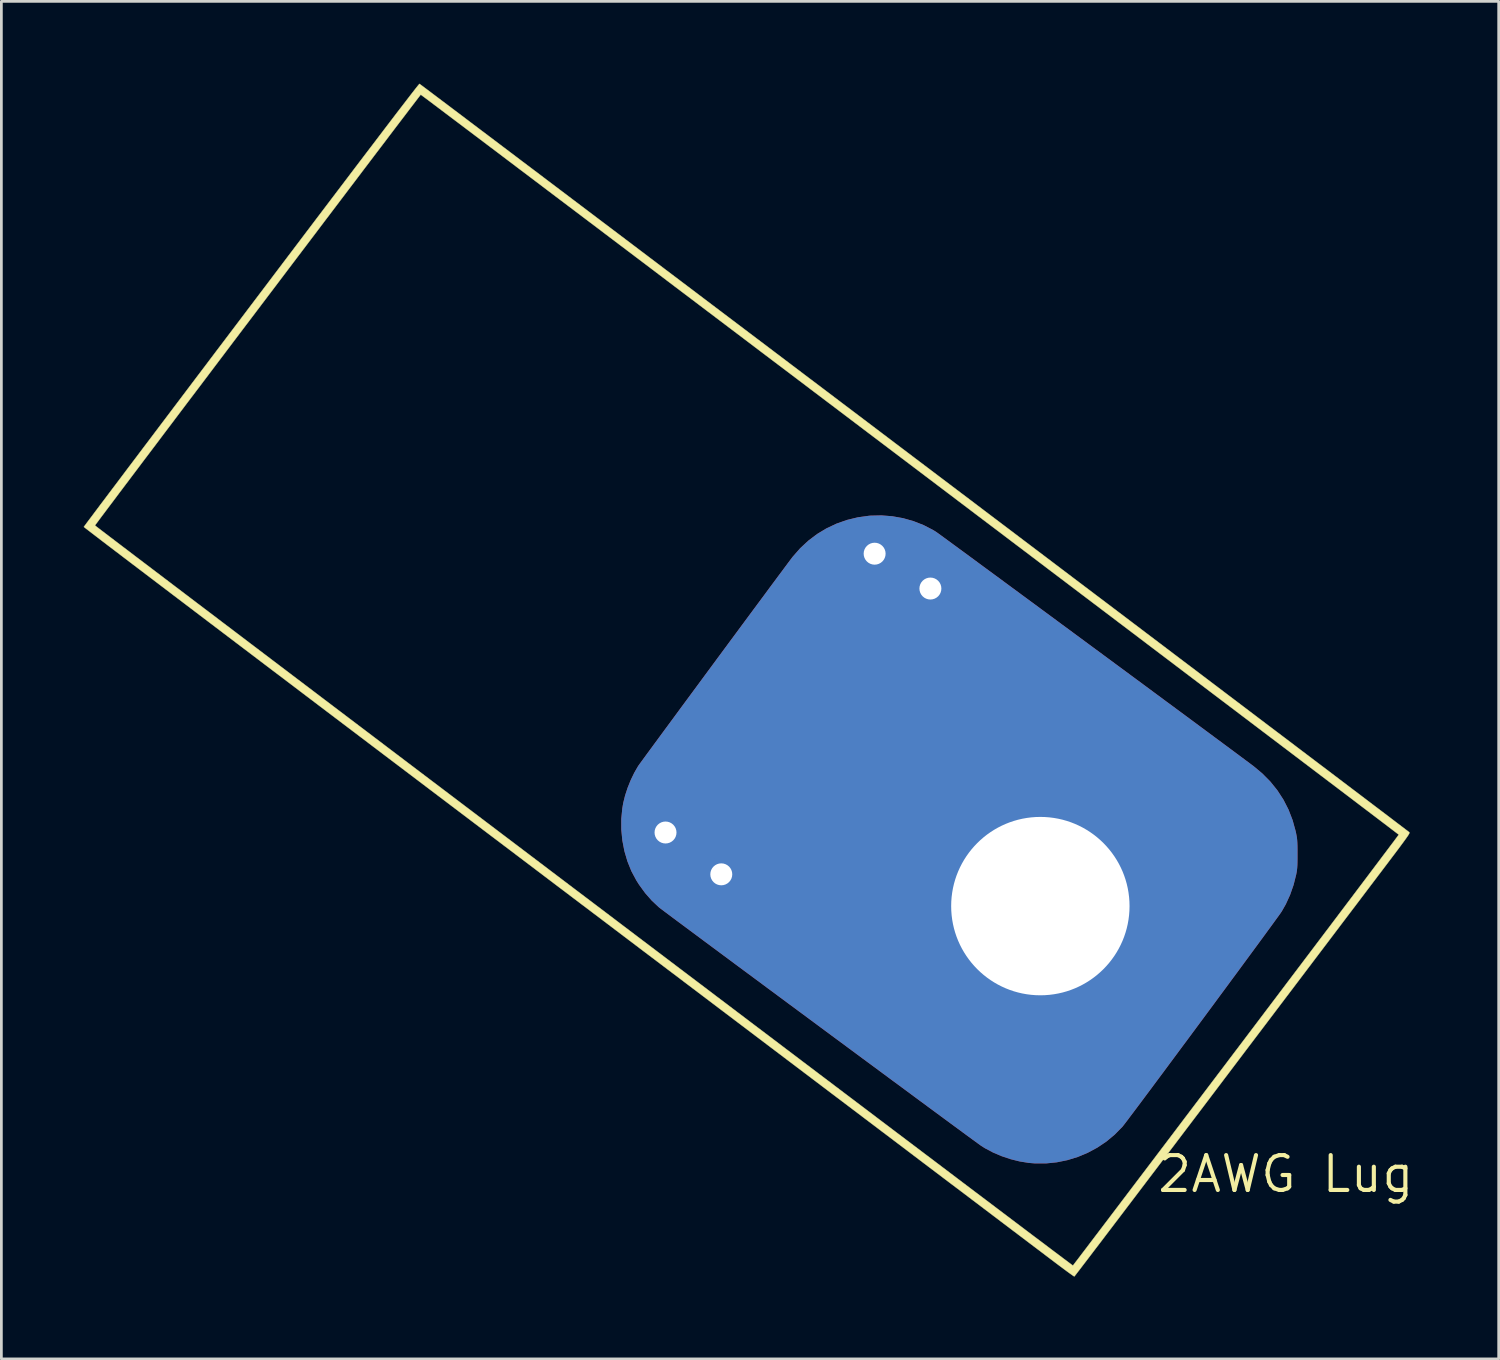
<source format=kicad_pcb>
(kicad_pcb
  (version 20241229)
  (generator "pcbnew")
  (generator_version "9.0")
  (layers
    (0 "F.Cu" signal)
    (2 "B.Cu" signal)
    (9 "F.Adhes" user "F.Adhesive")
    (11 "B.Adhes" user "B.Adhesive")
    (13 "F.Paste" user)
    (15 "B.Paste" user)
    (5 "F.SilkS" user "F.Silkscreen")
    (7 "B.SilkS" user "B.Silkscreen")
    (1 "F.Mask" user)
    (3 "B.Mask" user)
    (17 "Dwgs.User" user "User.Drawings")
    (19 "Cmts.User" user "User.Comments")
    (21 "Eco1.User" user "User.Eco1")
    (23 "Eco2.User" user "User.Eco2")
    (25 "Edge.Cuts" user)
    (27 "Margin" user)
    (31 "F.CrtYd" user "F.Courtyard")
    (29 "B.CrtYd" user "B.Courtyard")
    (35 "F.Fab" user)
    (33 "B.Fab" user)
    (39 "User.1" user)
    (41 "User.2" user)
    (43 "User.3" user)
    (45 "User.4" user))
  (footprint "2AWG Lug"
    (layer "F.Cu")
    (at 35.934 29.827)
    (property "Reference" "2AWG Lug" (at 7.874 9.906 0) (layer "F.SilkS") (effects (font (size 1.27 1.27) (thickness 0.15))))
    (attr through_hole)
    (fp_poly (pts (xy -6.468 -14.06) (xy -6.077 -13.99) (xy -5.696 -13.882) (xy -5.329 -13.738) (xy -4.981 -13.558) (xy -4.882 -13.497) (xy -4.854 -13.478) (xy -4.794 -13.435) (xy -4.703 -13.369) (xy -4.583 -13.281) (xy -4.434 -13.172) (xy -4.26 -13.044) (xy -4.06 -12.898) (xy -3.837 -12.734) (xy -3.593 -12.554) (xy -3.328 -12.359) (xy -3.044 -12.151) (xy -2.743 -11.929) (xy -2.427 -11.696) (xy -2.097 -11.453) (xy -1.754 -11.2) (xy -1.4 -10.939) (xy -1.036 -10.671) (xy -0.665 -10.397) (xy -0.287 -10.118) (xy 0.096 -9.836) (xy 0.482 -9.551) (xy 0.87 -9.265) (xy 1.259 -8.978) (xy 1.646 -8.692) (xy 2.03 -8.409) (xy 2.41 -8.128) (xy 2.784 -7.852) (xy 3.15 -7.581) (xy 3.508 -7.316) (xy 3.855 -7.06) (xy 4.191 -6.812) (xy 4.513 -6.574) (xy 4.819 -6.347) (xy 5.109 -6.132) (xy 5.381 -5.93) (xy 5.634 -5.743) (xy 5.865 -5.572) (xy 6.073 -5.417) (xy 6.258 -5.28) (xy 6.416 -5.162) (xy 6.547 -5.065) (xy 6.649 -4.988) (xy 6.685 -4.962) (xy 7.011 -4.69) (xy 7.303 -4.395) (xy 7.56 -4.076) (xy 7.782 -3.735) (xy 7.967 -3.372) (xy 8.115 -2.989) (xy 8.226 -2.587) (xy 8.244 -2.502) (xy 8.26 -2.418) (xy 8.273 -2.341) (xy 8.281 -2.262) (xy 8.287 -2.174) (xy 8.291 -2.069) (xy 8.293 -1.938) (xy 8.293 -1.773) (xy 8.293 -1.753) (xy 8.293 -1.584) (xy 8.291 -1.449) (xy 8.288 -1.341) (xy 8.282 -1.252) (xy 8.274 -1.173) (xy 8.262 -1.096) (xy 8.246 -1.013) (xy 8.244 -1.003) (xy 8.15 -0.63) (xy 8.023 -0.267) (xy 7.866 0.075) (xy 7.719 0.334) (xy 7.692 0.374) (xy 7.641 0.447) (xy 7.567 0.549) (xy 7.473 0.679) (xy 7.359 0.836) (xy 7.227 1.016) (xy 7.079 1.219) (xy 6.915 1.443) (xy 6.737 1.685) (xy 6.547 1.943) (xy 6.346 2.216) (xy 6.136 2.502) (xy 5.917 2.798) (xy 5.692 3.104) (xy 5.461 3.416) (xy 5.227 3.734) (xy 4.99 4.054) (xy 4.752 4.376) (xy 4.514 4.697) (xy 4.278 5.015) (xy 4.045 5.329) (xy 3.817 5.637) (xy 3.595 5.936) (xy 3.381 6.225) (xy 3.175 6.501) (xy 2.98 6.763) (xy 2.796 7.01) (xy 2.626 7.238) (xy 2.47 7.447) (xy 2.33 7.633) (xy 2.207 7.796) (xy 2.104 7.934) (xy 2.02 8.043) (xy 1.958 8.124) (xy 1.92 8.173) (xy 1.911 8.183) (xy 1.633 8.466) (xy 1.329 8.719) (xy 1.001 8.939) (xy 0.653 9.126) (xy 0.288 9.279) (xy -0.089 9.395) (xy -0.476 9.474) (xy -0.869 9.514) (xy -1.264 9.514) (xy -1.496 9.495) (xy -1.825 9.442) (xy -2.158 9.359) (xy -2.487 9.248) (xy -2.8 9.115) (xy -3.088 8.962) (xy -3.221 8.878) (xy -3.257 8.853) (xy -3.325 8.804) (xy -3.424 8.732) (xy -3.551 8.639) (xy -3.707 8.525) (xy -3.888 8.391) (xy -4.094 8.24) (xy -4.324 8.071) (xy -4.574 7.886) (xy -4.845 7.687) (xy -5.134 7.474) (xy -5.44 7.248) (xy -5.761 7.011) (xy -6.096 6.763) (xy -6.444 6.506) (xy -6.802 6.242) (xy -7.169 5.97) (xy -7.545 5.693) (xy -7.926 5.411) (xy -8.312 5.125) (xy -8.701 4.837) (xy -9.091 4.548) (xy -9.482 4.259) (xy -9.871 3.971) (xy -10.257 3.685) (xy -10.638 3.403) (xy -11.014 3.125) (xy -11.381 2.852) (xy -11.74 2.587) (xy -12.088 2.329) (xy -12.423 2.08) (xy -12.745 1.841) (xy -13.051 1.614) (xy -13.341 1.399) (xy -13.612 1.197) (xy -13.863 1.01) (xy -14.093 0.84) (xy -14.3 0.686) (xy -14.482 0.55) (xy -14.638 0.433) (xy -14.767 0.337) (xy -14.866 0.262) (xy -14.935 0.21) (xy -14.972 0.181) (xy -14.975 0.178) (xy -15.231 -0.062) (xy -15.473 -0.338) (xy -15.694 -0.642) (xy -15.794 -0.8) (xy -15.973 -1.135) (xy -16.117 -1.492) (xy -16.227 -1.866) (xy -16.301 -2.251) (xy -16.339 -2.642) (xy -16.34 -3.034) (xy -16.302 -3.422) (xy -16.269 -3.615) (xy -16.201 -3.889) (xy -16.108 -4.172) (xy -15.995 -4.452) (xy -15.867 -4.717) (xy -15.73 -4.954) (xy -15.72 -4.969) (xy -15.698 -5) (xy -15.653 -5.063) (xy -15.585 -5.157) (xy -15.496 -5.279) (xy -15.387 -5.427) (xy -15.26 -5.6) (xy -15.117 -5.795) (xy -14.958 -6.01) (xy -14.786 -6.245) (xy -14.601 -6.496) (xy -14.405 -6.761) (xy -14.2 -7.04) (xy -13.986 -7.33) (xy -13.766 -7.628) (xy -13.54 -7.934) (xy -13.311 -8.245) (xy -13.079 -8.56) (xy -12.846 -8.875) (xy -12.613 -9.19) (xy -12.382 -9.503) (xy -12.154 -9.811) (xy -11.931 -10.113) (xy -11.714 -10.406) (xy -11.504 -10.69) (xy -11.303 -10.961) (xy -11.113 -11.218) (xy -10.934 -11.46) (xy -10.768 -11.683) (xy -10.617 -11.887) (xy -10.481 -12.069) (xy -10.364 -12.227) (xy -10.265 -12.36) (xy -10.186 -12.465) (xy -10.129 -12.541) (xy -10.094 -12.586) (xy -10.091 -12.59) (xy -9.821 -12.897) (xy -9.525 -13.172) (xy -9.205 -13.414) (xy -8.863 -13.62) (xy -8.5 -13.791) (xy -8.12 -13.925) (xy -7.724 -14.021) (xy -7.314 -14.078) (xy -7.258 -14.083) (xy -6.863 -14.092) (xy -6.468 -14.06)) (stroke (width 0.01) (type solid)) (fill yes) (layer "F.Mask"))
    (fp_poly (pts (xy -0.745 -6.783) (xy -0.222 -6.73) (xy 0.295 -6.638) (xy 0.804 -6.508) (xy 1.304 -6.339) (xy 1.792 -6.133) (xy 2.265 -5.889) (xy 2.721 -5.608) (xy 3.159 -5.29) (xy 3.192 -5.264) (xy 3.318 -5.158) (xy 3.463 -5.028) (xy 3.618 -4.881) (xy 3.777 -4.725) (xy 3.931 -4.567) (xy 4.073 -4.416) (xy 4.195 -4.279) (xy 4.256 -4.205) (xy 4.583 -3.765) (xy 4.872 -3.306) (xy 5.124 -2.831) (xy 5.338 -2.341) (xy 5.513 -1.838) (xy 5.648 -1.325) (xy 5.745 -0.803) (xy 5.801 -0.274) (xy 5.817 0.259) (xy 5.793 0.795) (xy 5.728 1.332) (xy 5.621 1.867) (xy 5.549 2.142) (xy 5.387 2.644) (xy 5.186 3.129) (xy 4.95 3.596) (xy 4.681 4.042) (xy 4.379 4.466) (xy 4.048 4.866) (xy 3.688 5.241) (xy 3.302 5.588) (xy 2.892 5.906) (xy 2.459 6.194) (xy 2.006 6.45) (xy 1.534 6.671) (xy 1.045 6.857) (xy 0.542 7.005) (xy 0.025 7.114) (xy 0.017 7.116) (xy -0.292 7.162) (xy -0.588 7.194) (xy -0.885 7.212) (xy -1.195 7.217) (xy -1.531 7.209) (xy -1.56 7.208) (xy -2.048 7.169) (xy -2.543 7.091) (xy -3.037 6.977) (xy -3.521 6.828) (xy -3.759 6.741) (xy -3.899 6.682) (xy -4.065 6.606) (xy -4.246 6.519) (xy -4.432 6.425) (xy -4.612 6.33) (xy -4.776 6.24) (xy -4.913 6.158) (xy -4.922 6.153) (xy -5.364 5.851) (xy -5.78 5.517) (xy -6.168 5.153) (xy -6.527 4.761) (xy -6.856 4.344) (xy -7.151 3.903) (xy -7.414 3.442) (xy -7.641 2.961) (xy -7.831 2.464) (xy -7.983 1.952) (xy -8.087 1.475) (xy -8.124 1.261) (xy -8.151 1.065) (xy -8.171 0.875) (xy -8.184 0.679) (xy -8.191 0.465) (xy -8.193 0.223) (xy -8.193 0.195) (xy -8.19 -0.089) (xy -8.178 -0.343) (xy -8.158 -0.581) (xy -8.128 -0.815) (xy -8.088 -1.057) (xy -8.068 -1.16) (xy -7.942 -1.683) (xy -7.778 -2.191) (xy -7.577 -2.683) (xy -7.34 -3.156) (xy -7.069 -3.609) (xy -6.766 -4.039) (xy -6.431 -4.446) (xy -6.067 -4.826) (xy -5.675 -5.179) (xy -5.257 -5.502) (xy -4.813 -5.794) (xy -4.347 -6.052) (xy -3.865 -6.272) (xy -3.358 -6.458) (xy -2.843 -6.603) (xy -2.322 -6.708) (xy -1.797 -6.773) (xy -1.27 -6.798) (xy -0.745 -6.783)) (stroke (width 0.01) (type solid)) (fill yes) (layer "B.Cu"))
    (fp_poly (pts (xy -0.745 -6.783) (xy -0.222 -6.73) (xy 0.295 -6.638) (xy 0.804 -6.508) (xy 1.304 -6.339) (xy 1.792 -6.133) (xy 2.265 -5.889) (xy 2.721 -5.608) (xy 3.159 -5.29) (xy 3.192 -5.264) (xy 3.318 -5.158) (xy 3.463 -5.028) (xy 3.618 -4.881) (xy 3.777 -4.725) (xy 3.931 -4.567) (xy 4.073 -4.416) (xy 4.195 -4.279) (xy 4.256 -4.205) (xy 4.583 -3.765) (xy 4.872 -3.306) (xy 5.124 -2.831) (xy 5.338 -2.341) (xy 5.513 -1.838) (xy 5.648 -1.325) (xy 5.745 -0.803) (xy 5.801 -0.274) (xy 5.817 0.259) (xy 5.793 0.795) (xy 5.728 1.332) (xy 5.621 1.867) (xy 5.549 2.142) (xy 5.387 2.644) (xy 5.186 3.129) (xy 4.95 3.596) (xy 4.681 4.042) (xy 4.379 4.466) (xy 4.048 4.866) (xy 3.688 5.241) (xy 3.302 5.588) (xy 2.892 5.906) (xy 2.459 6.194) (xy 2.006 6.45) (xy 1.534 6.671) (xy 1.045 6.857) (xy 0.542 7.005) (xy 0.025 7.114) (xy 0.017 7.116) (xy -0.292 7.162) (xy -0.588 7.194) (xy -0.885 7.212) (xy -1.195 7.217) (xy -1.531 7.209) (xy -1.56 7.208) (xy -2.048 7.169) (xy -2.543 7.091) (xy -3.037 6.977) (xy -3.521 6.828) (xy -3.759 6.741) (xy -3.899 6.682) (xy -4.065 6.606) (xy -4.246 6.519) (xy -4.432 6.425) (xy -4.612 6.33) (xy -4.776 6.24) (xy -4.913 6.158) (xy -4.922 6.153) (xy -5.364 5.851) (xy -5.78 5.517) (xy -6.168 5.153) (xy -6.527 4.761) (xy -6.856 4.344) (xy -7.151 3.903) (xy -7.414 3.442) (xy -7.641 2.961) (xy -7.831 2.464) (xy -7.983 1.952) (xy -8.087 1.475) (xy -8.124 1.261) (xy -8.151 1.065) (xy -8.171 0.875) (xy -8.184 0.679) (xy -8.191 0.465) (xy -8.193 0.223) (xy -8.193 0.195) (xy -8.19 -0.089) (xy -8.178 -0.343) (xy -8.158 -0.581) (xy -8.128 -0.815) (xy -8.088 -1.057) (xy -8.068 -1.16) (xy -7.942 -1.683) (xy -7.778 -2.191) (xy -7.577 -2.683) (xy -7.34 -3.156) (xy -7.069 -3.609) (xy -6.766 -4.039) (xy -6.431 -4.446) (xy -6.067 -4.826) (xy -5.675 -5.179) (xy -5.257 -5.502) (xy -4.813 -5.794) (xy -4.347 -6.052) (xy -3.865 -6.272) (xy -3.358 -6.458) (xy -2.843 -6.603) (xy -2.322 -6.708) (xy -1.797 -6.773) (xy -1.27 -6.798) (xy -0.745 -6.783)) (stroke (width 0.01) (type solid)) (fill yes) (layer "B.Mask"))
    (fp_poly (pts (xy -23.68 -29.809) (xy -23.629 -29.771) (xy -23.546 -29.709) (xy -23.432 -29.623) (xy -23.288 -29.515) (xy -23.114 -29.384) (xy -22.911 -29.231) (xy -22.68 -29.057) (xy -22.423 -28.863) (xy -22.139 -28.649) (xy -21.83 -28.415) (xy -21.497 -28.164) (xy -21.139 -27.894) (xy -20.759 -27.607) (xy -20.358 -27.304) (xy -19.935 -26.984) (xy -19.491 -26.65) (xy -19.029 -26.3) (xy -18.548 -25.937) (xy -18.049 -25.56) (xy -17.533 -25.17) (xy -17.001 -24.768) (xy -16.454 -24.355) (xy -15.893 -23.931) (xy -15.318 -23.496) (xy -14.731 -23.052) (xy -14.131 -22.599) (xy -13.521 -22.138) (xy -12.901 -21.669) (xy -12.271 -21.193) (xy -11.633 -20.711) (xy -10.987 -20.223) (xy -10.335 -19.73) (xy -9.677 -19.232) (xy -9.013 -18.731) (xy -8.346 -18.226) (xy -7.675 -17.719) (xy -7.002 -17.21) (xy -6.327 -16.699) (xy -5.651 -16.188) (xy -4.975 -15.677) (xy -4.3 -15.167) (xy -3.626 -14.658) (xy -2.956 -14.15) (xy -2.288 -13.646) (xy -1.625 -13.144) (xy -0.967 -12.647) (xy -0.315 -12.153) (xy 0.33 -11.665) (xy 0.968 -11.183) (xy 1.598 -10.707) (xy 2.218 -10.238) (xy 2.827 -9.777) (xy 3.426 -9.324) (xy 4.013 -8.879) (xy 4.588 -8.445) (xy 5.148 -8.021) (xy 5.695 -7.607) (xy 6.226 -7.205) (xy 6.741 -6.815) (xy 7.239 -6.438) (xy 7.72 -6.075) (xy 8.182 -5.725) (xy 8.624 -5.39) (xy 9.047 -5.07) (xy 9.448 -4.767) (xy 9.827 -4.48) (xy 10.183 -4.21) (xy 10.516 -3.958) (xy 10.824 -3.724) (xy 11.107 -3.51) (xy 11.363 -3.316) (xy 11.593 -3.142) (xy 11.794 -2.989) (xy 11.967 -2.857) (xy 12.111 -2.748) (xy 12.224 -2.662) (xy 12.306 -2.6) (xy 12.355 -2.562) (xy 12.372 -2.549) (xy 12.377 -2.541) (xy 12.377 -2.529) (xy 12.372 -2.511) (xy 12.359 -2.484) (xy 12.337 -2.447) (xy 12.304 -2.397) (xy 12.259 -2.333) (xy 12.2 -2.251) (xy 12.126 -2.15) (xy 12.036 -2.028) (xy 11.927 -1.882) (xy 11.798 -1.711) (xy 11.647 -1.511) (xy 11.474 -1.282) (xy 11.335 -1.098) (xy 11.243 -0.978) (xy 11.128 -0.825) (xy 10.989 -0.642) (xy 10.828 -0.429) (xy 10.646 -0.188) (xy 10.444 0.079) (xy 10.223 0.37) (xy 9.984 0.686) (xy 9.729 1.023) (xy 9.459 1.38) (xy 9.174 1.756) (xy 8.876 2.15) (xy 8.566 2.56) (xy 8.245 2.984) (xy 7.914 3.421) (xy 7.574 3.87) (xy 7.227 4.329) (xy 6.873 4.796) (xy 6.514 5.27) (xy 6.151 5.75) (xy 5.785 6.234) (xy 5.417 6.721) (xy 5.224 6.976) (xy 4.867 7.448) (xy 4.516 7.911) (xy 4.172 8.365) (xy 3.837 8.808) (xy 3.51 9.239) (xy 3.194 9.657) (xy 2.888 10.06) (xy 2.594 10.448) (xy 2.312 10.82) (xy 2.044 11.173) (xy 1.79 11.508) (xy 1.551 11.823) (xy 1.328 12.116) (xy 1.122 12.388) (xy 0.933 12.635) (xy 0.763 12.859) (xy 0.613 13.056) (xy 0.482 13.227) (xy 0.373 13.37) (xy 0.286 13.483) (xy 0.222 13.567) (xy 0.181 13.619) (xy 0.165 13.638) (xy 0.165 13.638) (xy 0.144 13.627) (xy 0.093 13.593) (xy 0.016 13.538) (xy -0.084 13.466) (xy -0.203 13.378) (xy -0.337 13.278) (xy -0.484 13.168) (xy -0.554 13.115) (xy -0.602 13.078) (xy -0.683 13.017) (xy -0.796 12.932) (xy -0.941 12.822) (xy -1.116 12.689) (xy -1.322 12.534) (xy -1.557 12.356) (xy -1.82 12.157) (xy -2.111 11.937) (xy -2.43 11.696) (xy -2.774 11.435) (xy -3.144 11.155) (xy -3.539 10.856) (xy -3.958 10.539) (xy -4.401 10.205) (xy -4.866 9.853) (xy -5.353 9.485) (xy -5.861 9.1) (xy -6.389 8.7) (xy -6.937 8.286) (xy -7.504 7.857) (xy -8.089 7.414) (xy -8.692 6.959) (xy -9.311 6.49) (xy -9.946 6.01) (xy -10.596 5.518) (xy -11.261 5.015) (xy -11.939 4.502) (xy -12.631 3.979) (xy -13.334 3.447) (xy -14.049 2.906) (xy -14.775 2.357) (xy -15.511 1.801) (xy -16.256 1.237) (xy -17.009 0.667) (xy -17.77 0.092) (xy -18.538 -0.489) (xy -18.594 -0.531) (xy -19.403 -1.144) (xy -20.201 -1.748) (xy -20.987 -2.342) (xy -21.76 -2.927) (xy -22.519 -3.501) (xy -23.264 -4.065) (xy -23.994 -4.618) (xy -24.709 -5.159) (xy -25.408 -5.688) (xy -26.09 -6.205) (xy -26.755 -6.708) (xy -27.402 -7.198) (xy -28.03 -7.674) (xy -28.639 -8.136) (xy -29.229 -8.582) (xy -29.798 -9.014) (xy -30.346 -9.429) (xy -30.872 -9.828) (xy -31.376 -10.21) (xy -31.857 -10.575) (xy -32.314 -10.922) (xy -32.748 -11.251) (xy -33.156 -11.561) (xy -33.539 -11.852) (xy -33.896 -12.123) (xy -34.227 -12.374) (xy -34.53 -12.605) (xy -34.805 -12.814) (xy -35.052 -13.002) (xy -35.269 -13.168) (xy -35.457 -13.312) (xy -35.614 -13.432) (xy -35.74 -13.529) (xy -35.835 -13.602) (xy -35.897 -13.651) (xy -35.927 -13.674) (xy -35.929 -13.677) (xy -35.916 -13.695) (xy -35.891 -13.729) (xy -35.522 -13.729) (xy -35.505 -13.716) (xy -35.455 -13.677) (xy -35.374 -13.614) (xy -35.261 -13.528) (xy -35.117 -13.418) (xy -34.945 -13.287) (xy -34.743 -13.133) (xy -34.514 -12.959) (xy -34.257 -12.764) (xy -33.975 -12.549) (xy -33.667 -12.316) (xy -33.335 -12.064) (xy -32.979 -11.794) (xy -32.601 -11.507) (xy -32.2 -11.203) (xy -31.779 -10.883) (xy -31.337 -10.549) (xy -30.876 -10.199) (xy -30.397 -9.836) (xy -29.9 -9.459) (xy -29.386 -9.07) (xy -28.856 -8.668) (xy -28.311 -8.255) (xy -27.752 -7.832) (xy -27.18 -7.398) (xy -26.595 -6.955) (xy -25.998 -6.503) (xy -25.39 -6.043) (xy -24.773 -5.575) (xy -24.146 -5.1) (xy -23.511 -4.619) (xy -22.868 -4.133) (xy -22.219 -3.641) (xy -21.564 -3.146) (xy -20.904 -2.646) (xy -20.24 -2.144) (xy -19.573 -1.639) (xy -18.904 -1.132) (xy -18.233 -0.624) (xy -17.561 -0.116) (xy -16.889 0.392) (xy -16.219 0.9) (xy -15.55 1.406) (xy -14.885 1.909) (xy -14.222 2.411) (xy -13.564 2.908) (xy -12.912 3.402) (xy -12.265 3.891) (xy -11.626 4.375) (xy -10.994 4.852) (xy -10.371 5.324) (xy -9.758 5.788) (xy -9.155 6.244) (xy -8.563 6.691) (xy -7.983 7.13) (xy -7.416 7.558) (xy -6.863 7.977) (xy -6.324 8.384) (xy -5.801 8.779) (xy -5.294 9.162) (xy -4.804 9.532) (xy -4.333 9.888) (xy -3.88 10.231) (xy -3.447 10.558) (xy -3.034 10.869) (xy -2.643 11.165) (xy -2.274 11.443) (xy -1.929 11.704) (xy -1.607 11.947) (xy -1.31 12.171) (xy -1.038 12.375) (xy -0.793 12.56) (xy -0.576 12.724) (xy -0.386 12.866) (xy -0.226 12.987) (xy -0.095 13.084) (xy 0.004 13.159) (xy 0.073 13.21) (xy 0.108 13.236) (xy 0.114 13.239) (xy 0.128 13.222) (xy 0.166 13.172) (xy 0.228 13.091) (xy 0.314 12.979) (xy 0.421 12.837) (xy 0.551 12.667) (xy 0.701 12.469) (xy 0.871 12.245) (xy 1.06 11.996) (xy 1.268 11.722) (xy 1.493 11.425) (xy 1.735 11.106) (xy 1.993 10.765) (xy 2.266 10.405) (xy 2.554 10.025) (xy 2.855 9.628) (xy 3.169 9.213) (xy 3.495 8.783) (xy 3.832 8.338) (xy 4.179 7.878) (xy 4.536 7.407) (xy 4.902 6.923) (xy 5.276 6.429) (xy 5.658 5.925) (xy 6.045 5.412) (xy 6.058 5.396) (xy 6.446 4.883) (xy 6.827 4.379) (xy 7.201 3.884) (xy 7.567 3.4) (xy 7.924 2.927) (xy 8.272 2.467) (xy 8.609 2.021) (xy 8.935 1.59) (xy 9.249 1.174) (xy 9.55 0.776) (xy 9.837 0.395) (xy 10.11 0.034) (xy 10.368 -0.308) (xy 10.61 -0.629) (xy 10.835 -0.927) (xy 11.042 -1.202) (xy 11.231 -1.453) (xy 11.401 -1.679) (xy 11.551 -1.878) (xy 11.68 -2.05) (xy 11.788 -2.193) (xy 11.873 -2.307) (xy 11.935 -2.39) (xy 11.973 -2.442) (xy 11.987 -2.461) (xy 11.987 -2.461) (xy 11.97 -2.474) (xy 11.92 -2.513) (xy 11.839 -2.575) (xy 11.726 -2.661) (xy 11.582 -2.771) (xy 11.41 -2.902) (xy 11.208 -3.055) (xy 10.979 -3.229) (xy 10.722 -3.424) (xy 10.44 -3.638) (xy 10.132 -3.872) (xy 9.8 -4.124) (xy 9.444 -4.393) (xy 9.066 -4.68) (xy 8.665 -4.984) (xy 8.244 -5.303) (xy 7.802 -5.638) (xy 7.341 -5.987) (xy 6.862 -6.35) (xy 6.365 -6.727) (xy 5.851 -7.116) (xy 5.321 -7.517) (xy 4.776 -7.93) (xy 4.217 -8.353) (xy 3.645 -8.787) (xy 3.059 -9.23) (xy 2.463 -9.682) (xy 1.855 -10.142) (xy 1.237 -10.61) (xy 0.61 -11.084) (xy -0.025 -11.565) (xy -0.667 -12.051) (xy -1.316 -12.543) (xy -1.971 -13.038) (xy -2.631 -13.538) (xy -3.295 -14.04) (xy -3.962 -14.545) (xy -4.632 -15.052) (xy -5.303 -15.56) (xy -5.975 -16.068) (xy -6.646 -16.576) (xy -7.317 -17.083) (xy -7.985 -17.589) (xy -8.651 -18.093) (xy -9.314 -18.594) (xy -9.971 -19.092) (xy -10.624 -19.585) (xy -11.271 -20.074) (xy -11.91 -20.558) (xy -12.542 -21.036) (xy -13.165 -21.507) (xy -13.778 -21.971) (xy -14.382 -22.427) (xy -14.973 -22.875) (xy -15.553 -23.314) (xy -16.12 -23.742) (xy -16.674 -24.161) (xy -17.212 -24.568) (xy -17.735 -24.963) (xy -18.242 -25.346) (xy -18.732 -25.716) (xy -19.204 -26.073) (xy -19.656 -26.415) (xy -20.09 -26.742) (xy -20.502 -27.054) (xy -20.893 -27.35) (xy -21.262 -27.628) (xy -21.608 -27.889) (xy -21.93 -28.132) (xy -22.227 -28.357) (xy -22.499 -28.561) (xy -22.744 -28.746) (xy -22.961 -28.91) (xy -23.151 -29.053) (xy -23.311 -29.174) (xy -23.442 -29.272) (xy -23.542 -29.346) (xy -23.61 -29.397) (xy -23.646 -29.424) (xy -23.651 -29.427) (xy -23.665 -29.411) (xy -23.704 -29.361) (xy -23.766 -29.281) (xy -23.85 -29.171) (xy -23.957 -29.031) (xy -24.084 -28.865) (xy -24.23 -28.672) (xy -24.396 -28.455) (xy -24.579 -28.214) (xy -24.779 -27.951) (xy -24.994 -27.666) (xy -25.225 -27.363) (xy -25.47 -27.04) (xy -25.727 -26.701) (xy -25.996 -26.345) (xy -26.277 -25.975) (xy -26.567 -25.592) (xy -26.866 -25.197) (xy -27.174 -24.791) (xy -27.488 -24.375) (xy -27.809 -23.951) (xy -28.135 -23.521) (xy -28.465 -23.085) (xy -28.798 -22.644) (xy -29.134 -22.2) (xy -29.471 -21.755) (xy -29.808 -21.309) (xy -30.145 -20.864) (xy -30.48 -20.421) (xy -30.812 -19.981) (xy -31.141 -19.546) (xy -31.465 -19.116) (xy -31.784 -18.694) (xy -32.097 -18.281) (xy -32.402 -17.877) (xy -32.698 -17.484) (xy -32.986 -17.103) (xy -33.262 -16.736) (xy -33.528 -16.384) (xy -33.782 -16.048) (xy -34.022 -15.729) (xy -34.248 -15.429) (xy -34.459 -15.149) (xy -34.654 -14.891) (xy -34.831 -14.654) (xy -34.991 -14.442) (xy -35.131 -14.255) (xy -35.252 -14.094) (xy -35.352 -13.961) (xy -35.429 -13.856) (xy -35.484 -13.782) (xy -35.515 -13.74) (xy -35.522 -13.729) (xy -35.891 -13.729) (xy -35.878 -13.747) (xy -35.817 -13.83) (xy -35.732 -13.943) (xy -35.624 -14.086) (xy -35.496 -14.258) (xy -35.346 -14.458) (xy -35.176 -14.683) (xy -34.987 -14.935) (xy -34.779 -15.21) (xy -34.554 -15.509) (xy -34.312 -15.831) (xy -34.053 -16.173) (xy -33.78 -16.536) (xy -33.491 -16.918) (xy -33.189 -17.319) (xy -32.874 -17.736) (xy -32.547 -18.169) (xy -32.208 -18.618) (xy -31.859 -19.081) (xy -31.499 -19.556) (xy -31.131 -20.044) (xy -30.754 -20.542) (xy -30.37 -21.05) (xy -29.979 -21.567) (xy -29.828 -21.767) (xy -29.308 -22.454) (xy -28.814 -23.108) (xy -28.344 -23.729) (xy -27.9 -24.316) (xy -27.479 -24.872) (xy -27.082 -25.396) (xy -26.709 -25.888) (xy -26.359 -26.349) (xy -26.033 -26.78) (xy -25.729 -27.18) (xy -25.447 -27.55) (xy -25.188 -27.891) (xy -24.951 -28.203) (xy -24.735 -28.486) (xy -24.541 -28.741) (xy -24.367 -28.967) (xy -24.214 -29.166) (xy -24.082 -29.338) (xy -23.97 -29.483) (xy -23.877 -29.602) (xy -23.804 -29.695) (xy -23.75 -29.762) (xy -23.715 -29.804) (xy -23.699 -29.821) (xy -23.698 -29.822) (xy -23.68 -29.809)) (stroke (width 0.01) (type solid)) (fill yes) (layer "F.SilkS"))
    (pad "1" thru_hole custom (at -1.073 0.142) (size 14 14) (drill 6.5) (layers "*.Cu" "*.Mask") (options (anchor circle)) (primitives (gr_poly (pts (xy -5.395 -14.202) (xy -5.004 -14.132) (xy -4.623 -14.024) (xy -4.256 -13.88) (xy -3.908 -13.7) (xy -3.809 -13.639) (xy -3.781 -13.62) (xy -3.721 -13.577) (xy -3.63 -13.511) (xy -3.51 -13.423) (xy -3.361 -13.314) (xy -3.187 -13.186) (xy -2.987 -13.039) (xy -2.764 -12.876) (xy -2.519 -12.696) (xy -2.255 -12.501) (xy -1.971 -12.292) (xy -1.67 -12.071) (xy -1.354 -11.838) (xy -1.024 -11.595) (xy -0.681 -11.342) (xy -0.326 -11.081) (xy 0.037 -10.813) (xy 0.409 -10.539) (xy 0.786 -10.26) (xy 1.169 -9.978) (xy 1.555 -9.693) (xy 1.943 -9.407) (xy 2.332 -9.12) (xy 2.719 -8.834) (xy 3.103 -8.551) (xy 3.483 -8.27) (xy 3.857 -7.994) (xy 4.223 -7.723) (xy 4.581 -7.458) (xy 4.928 -7.202) (xy 5.264 -6.954) (xy 5.586 -6.716) (xy 5.892 -6.489) (xy 6.182 -6.274) (xy 6.454 -6.072) (xy 6.707 -5.885) (xy 6.938 -5.714) (xy 7.146 -5.559) (xy 7.331 -5.422) (xy 7.489 -5.304) (xy 7.62 -5.207) (xy 7.722 -5.13) (xy 7.758 -5.104) (xy 8.084 -4.832) (xy 8.376 -4.537) (xy 8.633 -4.218) (xy 8.855 -3.876) (xy 9.04 -3.514) (xy 9.188 -3.131) (xy 9.299 -2.729) (xy 9.317 -2.644) (xy 9.333 -2.56) (xy 9.346 -2.483) (xy 9.354 -2.404) (xy 9.36 -2.316) (xy 9.364 -2.211) (xy 9.366 -2.08) (xy 9.366 -1.915) (xy 9.366 -1.894) (xy 9.366 -1.726) (xy 9.364 -1.591) (xy 9.361 -1.483) (xy 9.355 -1.394) (xy 9.347 -1.314) (xy 9.335 -1.237) (xy 9.319 -1.155) (xy 9.317 -1.145) (xy 9.223 -0.771) (xy 9.096 -0.409) (xy 8.939 -0.066) (xy 8.792 0.192) (xy 8.765 0.232) (xy 8.714 0.305) (xy 8.64 0.407) (xy 8.546 0.537) (xy 8.432 0.694) (xy 8.3 0.874) (xy 8.152 1.077) (xy 7.988 1.301) (xy 7.81 1.543) (xy 7.62 1.801) (xy 7.419 2.074) (xy 7.209 2.36) (xy 6.99 2.656) (xy 6.765 2.962) (xy 6.534 3.274) (xy 6.3 3.592) (xy 6.063 3.912) (xy 5.825 4.234) (xy 5.587 4.555) (xy 5.351 4.874) (xy 5.118 5.187) (xy 4.89 5.495) (xy 4.668 5.794) (xy 4.454 6.083) (xy 4.248 6.359) (xy 4.053 6.622) (xy 3.869 6.868) (xy 3.699 7.096) (xy 3.543 7.305) (xy 3.403 7.491) (xy 3.28 7.654) (xy 3.177 7.792) (xy 3.093 7.902) (xy 3.031 7.982) (xy 2.993 8.031) (xy 2.984 8.041) (xy 2.706 8.324) (xy 2.402 8.577) (xy 2.074 8.797) (xy 1.726 8.984) (xy 1.362 9.137) (xy 0.984 9.253) (xy 0.597 9.332) (xy 0.204 9.372) (xy -0.191 9.372) (xy -0.423 9.353) (xy -0.752 9.3) (xy -1.085 9.217) (xy -1.413 9.107) (xy -1.727 8.973) (xy -2.015 8.82) (xy -2.148 8.736) (xy -2.184 8.711) (xy -2.252 8.662) (xy -2.351 8.59) (xy -2.478 8.497) (xy -2.634 8.383) (xy -2.815 8.25) (xy -3.021 8.098) (xy -3.251 7.929) (xy -3.501 7.745) (xy -3.772 7.545) (xy -4.061 7.332) (xy -4.367 7.106) (xy -4.688 6.869) (xy -5.023 6.621) (xy -5.371 6.365) (xy -5.729 6.1) (xy -6.096 5.828) (xy -6.472 5.551) (xy -6.853 5.269) (xy -7.239 4.983) (xy -7.628 4.696) (xy -8.018 4.407) (xy -8.409 4.117) (xy -8.798 3.829) (xy -9.184 3.544) (xy -9.565 3.261) (xy -9.941 2.983) (xy -10.308 2.71) (xy -10.667 2.445) (xy -11.015 2.187) (xy -11.35 1.938) (xy -11.672 1.699) (xy -11.978 1.472) (xy -12.268 1.257) (xy -12.539 1.055) (xy -12.79 0.869) (xy -13.02 0.698) (xy -13.227 0.544) (xy -13.409 0.408) (xy -13.565 0.291) (xy -13.694 0.195) (xy -13.793 0.12) (xy -13.862 0.068) (xy -13.899 0.039) (xy -13.902 0.036) (xy -14.158 -0.204) (xy -14.4 -0.48) (xy -14.621 -0.784) (xy -14.721 -0.942) (xy -14.9 -1.277) (xy -15.044 -1.634) (xy -15.154 -2.008) (xy -15.228 -2.393) (xy -15.266 -2.784) (xy -15.267 -3.176) (xy -15.229 -3.564) (xy -15.196 -3.757) (xy -15.128 -4.03) (xy -15.035 -4.314) (xy -14.922 -4.594) (xy -14.794 -4.859) (xy -14.657 -5.096) (xy -14.647 -5.111) (xy -14.625 -5.142) (xy -14.58 -5.205) (xy -14.511 -5.299) (xy -14.422 -5.421) (xy -14.314 -5.569) (xy -14.187 -5.741) (xy -14.044 -5.936) (xy -13.885 -6.152) (xy -13.713 -6.386) (xy -13.528 -6.637) (xy -13.332 -6.903) (xy -13.127 -7.182) (xy -12.913 -7.472) (xy -12.693 -7.77) (xy -12.467 -8.076) (xy -12.238 -8.387) (xy -12.006 -8.701) (xy -11.773 -9.017) (xy -11.54 -9.332) (xy -11.309 -9.645) (xy -11.081 -9.953) (xy -10.858 -10.255) (xy -10.641 -10.548) (xy -10.431 -10.832) (xy -10.23 -11.103) (xy -10.039 -11.36) (xy -9.861 -11.602) (xy -9.695 -11.825) (xy -9.544 -12.029) (xy -9.408 -12.211) (xy -9.291 -12.369) (xy -9.192 -12.502) (xy -9.113 -12.607) (xy -9.056 -12.683) (xy -9.021 -12.728) (xy -9.018 -12.732) (xy -8.748 -13.039) (xy -8.452 -13.314) (xy -8.132 -13.556) (xy -7.79 -13.762) (xy -7.427 -13.933) (xy -7.047 -14.067) (xy -6.651 -14.163) (xy -6.241 -14.22) (xy -6.185 -14.224) (xy -5.79 -14.233) (xy -5.395 -14.202)) (width 0.01) (fill yes))))
    (pad "2" thru_hole circle (at -14.732 -2.54) (size 1.3 1.3) (drill 0.8) (layers "*.Cu" "*.Mask"))
    (pad "2" thru_hole circle (at -12.7 -1.016) (size 1.3 1.3) (drill 0.8) (layers "*.Cu" "*.Mask"))
    (pad "2" thru_hole circle (at -7.112 -12.7) (size 1.3 1.3) (drill 0.8) (layers "*.Cu" "*.Mask"))
    (pad "2" thru_hole circle (at -5.08 -11.43) (size 1.3 1.3) (drill 0.8) (layers "*.Cu" "*.Mask")))
  (gr_rect
    (start -3 -3)
    (end 51.563 46.47)
    (stroke (width 0.1) (type default))
    (fill no)
    (layer "Edge.Cuts")))
</source>
